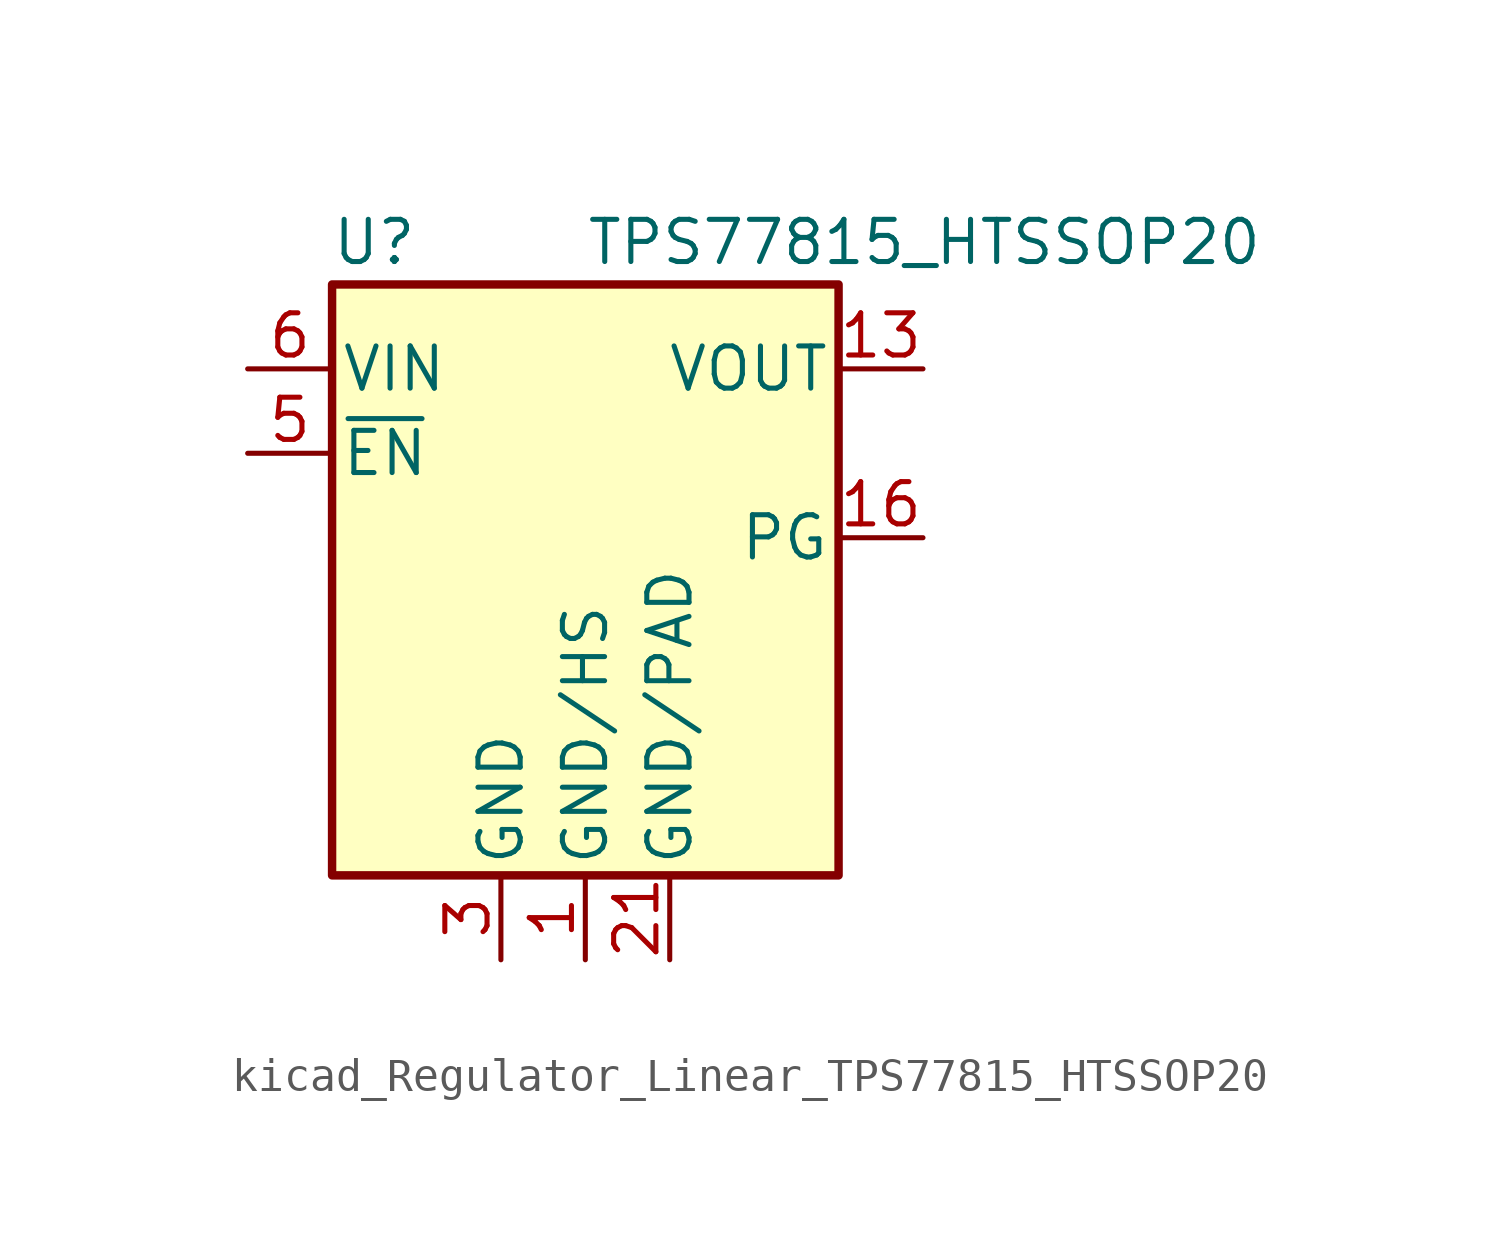
<source format=kicad_sym>
(kicad_symbol_lib
  (version 20220914)
  (generator kicad_symbol_editor)
  (symbol "kicad_Regulator_Linear_TPS77815_HTSSOP20"
    (pin_names
      (offset 0.254))
    (property "Reference" "U"
      (at -6.35 8.89 0)
      (effects (font (size 1.27 1.27))))
    (property "Value" "TPS77815_HTSSOP20"
      (at 0 8.89 0)
      (effects (font (size 1.27 1.27)) (justify left)))
    (symbol "kicad_Regulator_Linear_TPS77815_HTSSOP20_0_1"
      (rectangle (start -7.62 7.62) (end 7.62 -10.16) (stroke (width 0.254) (type default)) (fill (type background))))
    (symbol "kicad_Regulator_Linear_TPS77815_HTSSOP20_1_1"
      (pin power_in line (at 0 -12.7 90) (length 2.54) (name "GND/HS" (effects (font (size 1.27 1.27)))) (number "1" (effects (font (size 1.27 1.27)))))
      (pin passive line (at 0 -12.7 90) (length 2.54) hide (name "GND/HS" (effects (font (size 1.27 1.27)))) (number "10" (effects (font (size 1.27 1.27)))))
      (pin passive line (at 0 -12.7 90) (length 2.54) hide (name "GND/HS" (effects (font (size 1.27 1.27)))) (number "11" (effects (font (size 1.27 1.27)))))
      (pin passive line (at 0 -12.7 90) (length 2.54) hide (name "GND/HS" (effects (font (size 1.27 1.27)))) (number "12" (effects (font (size 1.27 1.27)))))
      (pin power_out line (at 10.16 5.08 180) (length 2.54) (name "VOUT" (effects (font (size 1.27 1.27)))) (number "13" (effects (font (size 1.27 1.27)))))
      (pin passive line (at 10.16 5.08 180) (length 2.54) hide (name "VOUT" (effects (font (size 1.27 1.27)))) (number "14" (effects (font (size 1.27 1.27)))))
      (pin no_connect line (at 7.62 2.54 180) (length 2.54) hide (name "NC" (effects (font (size 1.27 1.27)))) (number "15" (effects (font (size 1.27 1.27)))))
      (pin open_collector line (at 10.16 0 180) (length 2.54) (name "PG" (effects (font (size 1.27 1.27)))) (number "16" (effects (font (size 1.27 1.27)))))
      (pin no_connect line (at 7.62 -2.54 180) (length 2.54) hide (name "NC" (effects (font (size 1.27 1.27)))) (number "17" (effects (font (size 1.27 1.27)))))
      (pin no_connect line (at 7.62 -5.08 180) (length 2.54) hide (name "NC" (effects (font (size 1.27 1.27)))) (number "18" (effects (font (size 1.27 1.27)))))
      (pin passive line (at 0 -12.7 90) (length 2.54) hide (name "GND/HS" (effects (font (size 1.27 1.27)))) (number "19" (effects (font (size 1.27 1.27)))))
      (pin passive line (at 0 -12.7 90) (length 2.54) hide (name "GND/HS" (effects (font (size 1.27 1.27)))) (number "2" (effects (font (size 1.27 1.27)))))
      (pin passive line (at 0 -12.7 90) (length 2.54) hide (name "GND/HS" (effects (font (size 1.27 1.27)))) (number "20" (effects (font (size 1.27 1.27)))))
      (pin power_in line (at 2.54 -12.7 90) (length 2.54) (name "GND/PAD" (effects (font (size 1.27 1.27)))) (number "21" (effects (font (size 1.27 1.27)))))
      (pin power_in line (at -2.54 -12.7 90) (length 2.54) (name "GND" (effects (font (size 1.27 1.27)))) (number "3" (effects (font (size 1.27 1.27)))))
      (pin no_connect line (at -7.62 0 0) (length 2.54) hide (name "NC" (effects (font (size 1.27 1.27)))) (number "4" (effects (font (size 1.27 1.27)))))
      (pin input line (at -10.16 2.54 0) (length 2.54) (name "~{EN}" (effects (font (size 1.27 1.27)))) (number "5" (effects (font (size 1.27 1.27)))))
      (pin power_in line (at -10.16 5.08 0) (length 2.54) (name "VIN" (effects (font (size 1.27 1.27)))) (number "6" (effects (font (size 1.27 1.27)))))
      (pin passive line (at -10.16 5.08 0) (length 2.54) hide (name "VIN" (effects (font (size 1.27 1.27)))) (number "7" (effects (font (size 1.27 1.27)))))
      (pin no_connect line (at -7.62 -2.54 0) (length 2.54) hide (name "NC" (effects (font (size 1.27 1.27)))) (number "8" (effects (font (size 1.27 1.27)))))
      (pin passive line (at 0 -12.7 90) (length 2.54) hide (name "GND/HS" (effects (font (size 1.27 1.27)))) (number "9" (effects (font (size 1.27 1.27))))))))
</source>
